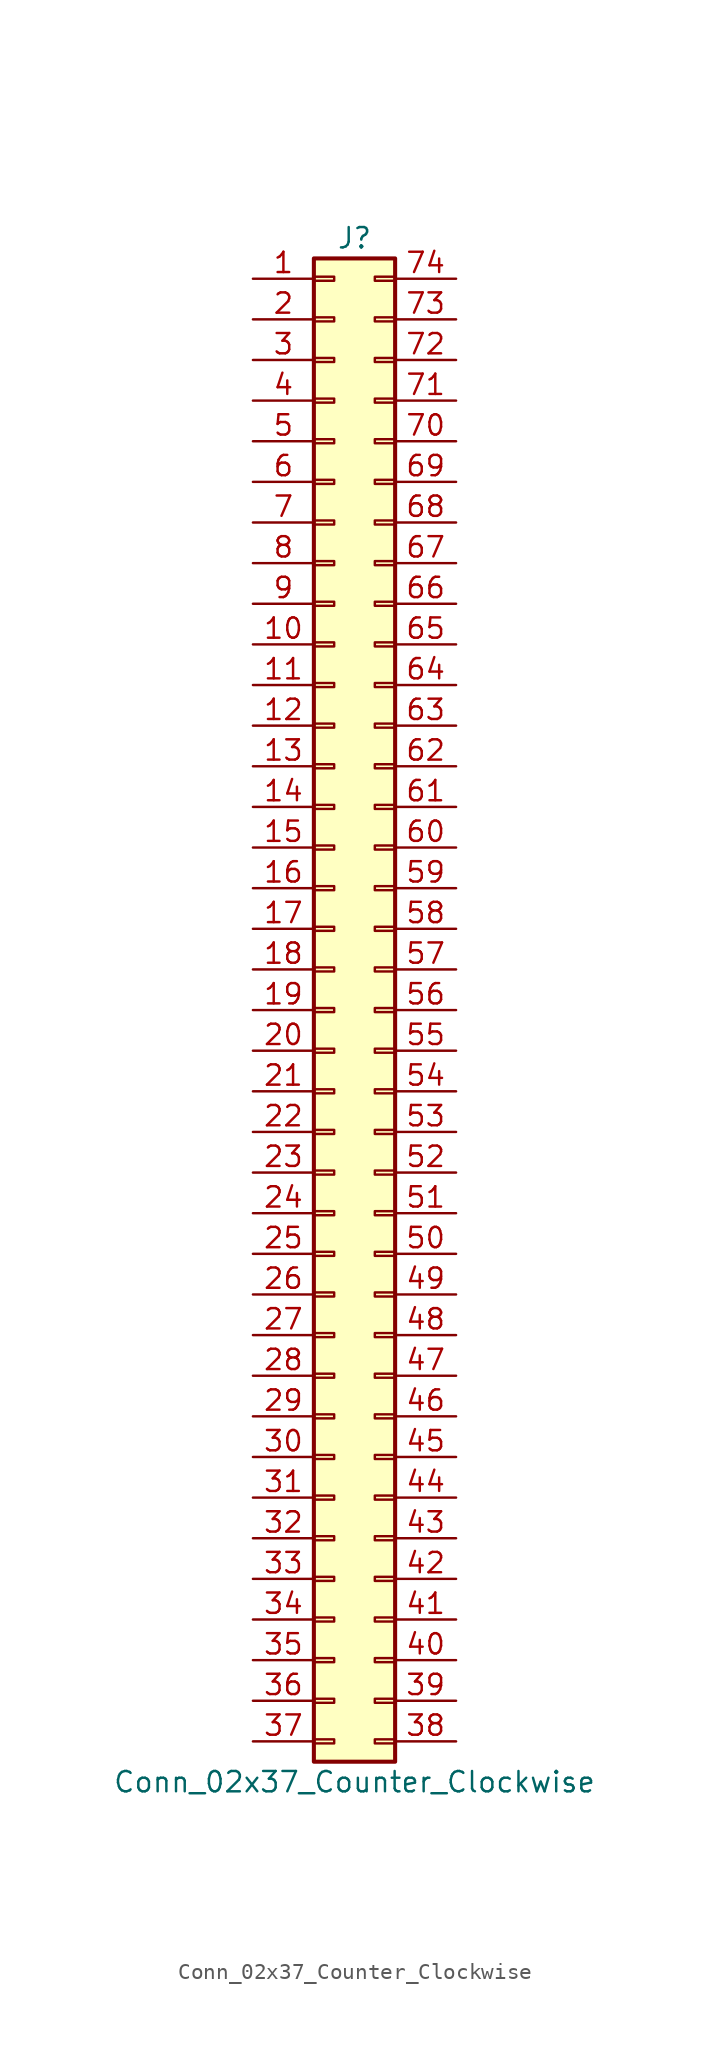
<source format=kicad_sym>
(kicad_symbol_lib
  (version 20201005)
  (generator kicad_symbol_editor)
  (symbol "Connector_Generic:Conn_02x37_Counter_Clockwise"
    (pin_names
      (offset 1.016) hide)
    (property "Reference" "J"
      (at 1.27 48.26 0)
      (effects (font (size 1.27 1.27))))
    (property "Value" "Conn_02x37_Counter_Clockwise"
      (at 1.27 -48.26 0)
      (effects (font (size 1.27 1.27))))
    (symbol "Conn_02x37_Counter_Clockwise_1_1"
      (rectangle (start -1.27 -27.813) (end 0 -28.067) (stroke (width 0.152)) (fill (type none)))
      (rectangle (start -1.27 -30.353) (end 0 -30.607) (stroke (width 0.152)) (fill (type none)))
      (rectangle (start -1.27 -32.893) (end 0 -33.147) (stroke (width 0.152)) (fill (type none)))
      (rectangle (start -1.27 -35.433) (end 0 -35.687) (stroke (width 0.152)) (fill (type none)))
      (rectangle (start -1.27 -37.973) (end 0 -38.227) (stroke (width 0.152)) (fill (type none)))
      (rectangle (start -1.27 -40.513) (end 0 -40.767) (stroke (width 0.152)) (fill (type none)))
      (rectangle (start -1.27 -43.053) (end 0 -43.307) (stroke (width 0.152)) (fill (type none)))
      (rectangle (start -1.27 -45.593) (end 0 -45.847) (stroke (width 0.152)) (fill (type none)))
      (rectangle (start -1.27 -4.953) (end 0 -5.207) (stroke (width 0.152)) (fill (type none)))
      (rectangle (start -1.27 -7.493) (end 0 -7.747) (stroke (width 0.152)) (fill (type none)))
      (rectangle (start -1.27 -10.033) (end 0 -10.287) (stroke (width 0.152)) (fill (type none)))
      (rectangle (start -1.27 -12.573) (end 0 -12.827) (stroke (width 0.152)) (fill (type none)))
      (rectangle (start -1.27 -15.113) (end 0 -15.367) (stroke (width 0.152)) (fill (type none)))
      (rectangle (start -1.27 -17.653) (end 0 -17.907) (stroke (width 0.152)) (fill (type none)))
      (rectangle (start -1.27 -20.193) (end 0 -20.447) (stroke (width 0.152)) (fill (type none)))
      (rectangle (start -1.27 -22.733) (end 0 -22.987) (stroke (width 0.152)) (fill (type none)))
      (rectangle (start -1.27 -2.413) (end 0 -2.667) (stroke (width 0.152)) (fill (type none)))
      (rectangle (start -1.27 -25.273) (end 0 -25.527) (stroke (width 0.152)) (fill (type none)))
      (rectangle (start -1.27 25.527) (end 0 25.273) (stroke (width 0.152)) (fill (type none)))
      (rectangle (start -1.27 2.667) (end 0 2.413) (stroke (width 0.152)) (fill (type none)))
      (rectangle (start -1.27 28.067) (end 0 27.813) (stroke (width 0.152)) (fill (type none)))
      (rectangle (start -1.27 30.607) (end 0 30.353) (stroke (width 0.152)) (fill (type none)))
      (rectangle (start -1.27 33.147) (end 0 32.893) (stroke (width 0.152)) (fill (type none)))
      (rectangle (start -1.27 35.687) (end 0 35.433) (stroke (width 0.152)) (fill (type none)))
      (rectangle (start -1.27 38.227) (end 0 37.973) (stroke (width 0.152)) (fill (type none)))
      (rectangle (start -1.27 40.767) (end 0 40.513) (stroke (width 0.152)) (fill (type none)))
      (rectangle (start -1.27 43.307) (end 0 43.053) (stroke (width 0.152)) (fill (type none)))
      (rectangle (start -1.27 45.847) (end 0 45.593) (stroke (width 0.152)) (fill (type none)))
      (rectangle (start -1.27 46.99) (end 3.81 -46.99) (stroke (width 0.254)) (fill (type background)))
      (rectangle (start -1.27 5.207) (end 0 4.953) (stroke (width 0.152)) (fill (type none)))
      (rectangle (start -1.27 7.747) (end 0 7.493) (stroke (width 0.152)) (fill (type none)))
      (rectangle (start -1.27 10.287) (end 0 10.033) (stroke (width 0.152)) (fill (type none)))
      (rectangle (start -1.27 0.127) (end 0 -0.127) (stroke (width 0.152)) (fill (type none)))
      (rectangle (start -1.27 12.827) (end 0 12.573) (stroke (width 0.152)) (fill (type none)))
      (rectangle (start -1.27 15.367) (end 0 15.113) (stroke (width 0.152)) (fill (type none)))
      (rectangle (start -1.27 17.907) (end 0 17.653) (stroke (width 0.152)) (fill (type none)))
      (rectangle (start -1.27 20.447) (end 0 20.193) (stroke (width 0.152)) (fill (type none)))
      (rectangle (start -1.27 22.987) (end 0 22.733) (stroke (width 0.152)) (fill (type none)))
      (rectangle (start 3.81 -27.813) (end 2.54 -28.067) (stroke (width 0.152)) (fill (type none)))
      (rectangle (start 3.81 -30.353) (end 2.54 -30.607) (stroke (width 0.152)) (fill (type none)))
      (rectangle (start 3.81 -32.893) (end 2.54 -33.147) (stroke (width 0.152)) (fill (type none)))
      (rectangle (start 3.81 -35.433) (end 2.54 -35.687) (stroke (width 0.152)) (fill (type none)))
      (rectangle (start 3.81 -37.973) (end 2.54 -38.227) (stroke (width 0.152)) (fill (type none)))
      (rectangle (start 3.81 -40.513) (end 2.54 -40.767) (stroke (width 0.152)) (fill (type none)))
      (rectangle (start 3.81 -43.053) (end 2.54 -43.307) (stroke (width 0.152)) (fill (type none)))
      (rectangle (start 3.81 -45.593) (end 2.54 -45.847) (stroke (width 0.152)) (fill (type none)))
      (rectangle (start 3.81 -4.953) (end 2.54 -5.207) (stroke (width 0.152)) (fill (type none)))
      (rectangle (start 3.81 -7.493) (end 2.54 -7.747) (stroke (width 0.152)) (fill (type none)))
      (rectangle (start 3.81 -10.033) (end 2.54 -10.287) (stroke (width 0.152)) (fill (type none)))
      (rectangle (start 3.81 -12.573) (end 2.54 -12.827) (stroke (width 0.152)) (fill (type none)))
      (rectangle (start 3.81 -15.113) (end 2.54 -15.367) (stroke (width 0.152)) (fill (type none)))
      (rectangle (start 3.81 -17.653) (end 2.54 -17.907) (stroke (width 0.152)) (fill (type none)))
      (rectangle (start 3.81 -20.193) (end 2.54 -20.447) (stroke (width 0.152)) (fill (type none)))
      (rectangle (start 3.81 -22.733) (end 2.54 -22.987) (stroke (width 0.152)) (fill (type none)))
      (rectangle (start 3.81 -2.413) (end 2.54 -2.667) (stroke (width 0.152)) (fill (type none)))
      (rectangle (start 3.81 -25.273) (end 2.54 -25.527) (stroke (width 0.152)) (fill (type none)))
      (rectangle (start 3.81 25.527) (end 2.54 25.273) (stroke (width 0.152)) (fill (type none)))
      (rectangle (start 3.81 2.667) (end 2.54 2.413) (stroke (width 0.152)) (fill (type none)))
      (rectangle (start 3.81 28.067) (end 2.54 27.813) (stroke (width 0.152)) (fill (type none)))
      (rectangle (start 3.81 30.607) (end 2.54 30.353) (stroke (width 0.152)) (fill (type none)))
      (rectangle (start 3.81 33.147) (end 2.54 32.893) (stroke (width 0.152)) (fill (type none)))
      (rectangle (start 3.81 35.687) (end 2.54 35.433) (stroke (width 0.152)) (fill (type none)))
      (rectangle (start 3.81 38.227) (end 2.54 37.973) (stroke (width 0.152)) (fill (type none)))
      (rectangle (start 3.81 40.767) (end 2.54 40.513) (stroke (width 0.152)) (fill (type none)))
      (rectangle (start 3.81 43.307) (end 2.54 43.053) (stroke (width 0.152)) (fill (type none)))
      (rectangle (start 3.81 45.847) (end 2.54 45.593) (stroke (width 0.152)) (fill (type none)))
      (rectangle (start 3.81 5.207) (end 2.54 4.953) (stroke (width 0.152)) (fill (type none)))
      (rectangle (start 3.81 7.747) (end 2.54 7.493) (stroke (width 0.152)) (fill (type none)))
      (rectangle (start 3.81 10.287) (end 2.54 10.033) (stroke (width 0.152)) (fill (type none)))
      (rectangle (start 3.81 0.127) (end 2.54 -0.127) (stroke (width 0.152)) (fill (type none)))
      (rectangle (start 3.81 12.827) (end 2.54 12.573) (stroke (width 0.152)) (fill (type none)))
      (rectangle (start 3.81 15.367) (end 2.54 15.113) (stroke (width 0.152)) (fill (type none)))
      (rectangle (start 3.81 17.907) (end 2.54 17.653) (stroke (width 0.152)) (fill (type none)))
      (rectangle (start 3.81 20.447) (end 2.54 20.193) (stroke (width 0.152)) (fill (type none)))
      (rectangle (start 3.81 22.987) (end 2.54 22.733) (stroke (width 0.152)) (fill (type none)))
      (pin passive line (at -5.08 45.72 0) (length 3.81) (name "Pin_1" (effects (font (size 1.27 1.27)))) (number "1" (effects (font (size 1.27 1.27)))))
      (pin passive line (at -5.08 22.86 0) (length 3.81) (name "Pin_10" (effects (font (size 1.27 1.27)))) (number "10" (effects (font (size 1.27 1.27)))))
      (pin passive line (at -5.08 20.32 0) (length 3.81) (name "Pin_11" (effects (font (size 1.27 1.27)))) (number "11" (effects (font (size 1.27 1.27)))))
      (pin passive line (at -5.08 17.78 0) (length 3.81) (name "Pin_12" (effects (font (size 1.27 1.27)))) (number "12" (effects (font (size 1.27 1.27)))))
      (pin passive line (at -5.08 15.24 0) (length 3.81) (name "Pin_13" (effects (font (size 1.27 1.27)))) (number "13" (effects (font (size 1.27 1.27)))))
      (pin passive line (at -5.08 12.7 0) (length 3.81) (name "Pin_14" (effects (font (size 1.27 1.27)))) (number "14" (effects (font (size 1.27 1.27)))))
      (pin passive line (at -5.08 10.16 0) (length 3.81) (name "Pin_15" (effects (font (size 1.27 1.27)))) (number "15" (effects (font (size 1.27 1.27)))))
      (pin passive line (at -5.08 7.62 0) (length 3.81) (name "Pin_16" (effects (font (size 1.27 1.27)))) (number "16" (effects (font (size 1.27 1.27)))))
      (pin passive line (at -5.08 5.08 0) (length 3.81) (name "Pin_17" (effects (font (size 1.27 1.27)))) (number "17" (effects (font (size 1.27 1.27)))))
      (pin passive line (at -5.08 2.54 0) (length 3.81) (name "Pin_18" (effects (font (size 1.27 1.27)))) (number "18" (effects (font (size 1.27 1.27)))))
      (pin passive line (at -5.08 0 0) (length 3.81) (name "Pin_19" (effects (font (size 1.27 1.27)))) (number "19" (effects (font (size 1.27 1.27)))))
      (pin passive line (at -5.08 43.18 0) (length 3.81) (name "Pin_2" (effects (font (size 1.27 1.27)))) (number "2" (effects (font (size 1.27 1.27)))))
      (pin passive line (at -5.08 -2.54 0) (length 3.81) (name "Pin_20" (effects (font (size 1.27 1.27)))) (number "20" (effects (font (size 1.27 1.27)))))
      (pin passive line (at -5.08 -5.08 0) (length 3.81) (name "Pin_21" (effects (font (size 1.27 1.27)))) (number "21" (effects (font (size 1.27 1.27)))))
      (pin passive line (at -5.08 -7.62 0) (length 3.81) (name "Pin_22" (effects (font (size 1.27 1.27)))) (number "22" (effects (font (size 1.27 1.27)))))
      (pin passive line (at -5.08 -10.16 0) (length 3.81) (name "Pin_23" (effects (font (size 1.27 1.27)))) (number "23" (effects (font (size 1.27 1.27)))))
      (pin passive line (at -5.08 -12.7 0) (length 3.81) (name "Pin_24" (effects (font (size 1.27 1.27)))) (number "24" (effects (font (size 1.27 1.27)))))
      (pin passive line (at -5.08 -15.24 0) (length 3.81) (name "Pin_25" (effects (font (size 1.27 1.27)))) (number "25" (effects (font (size 1.27 1.27)))))
      (pin passive line (at -5.08 -17.78 0) (length 3.81) (name "Pin_26" (effects (font (size 1.27 1.27)))) (number "26" (effects (font (size 1.27 1.27)))))
      (pin passive line (at -5.08 -20.32 0) (length 3.81) (name "Pin_27" (effects (font (size 1.27 1.27)))) (number "27" (effects (font (size 1.27 1.27)))))
      (pin passive line (at -5.08 -22.86 0) (length 3.81) (name "Pin_28" (effects (font (size 1.27 1.27)))) (number "28" (effects (font (size 1.27 1.27)))))
      (pin passive line (at -5.08 -25.4 0) (length 3.81) (name "Pin_29" (effects (font (size 1.27 1.27)))) (number "29" (effects (font (size 1.27 1.27)))))
      (pin passive line (at -5.08 40.64 0) (length 3.81) (name "Pin_3" (effects (font (size 1.27 1.27)))) (number "3" (effects (font (size 1.27 1.27)))))
      (pin passive line (at -5.08 -27.94 0) (length 3.81) (name "Pin_30" (effects (font (size 1.27 1.27)))) (number "30" (effects (font (size 1.27 1.27)))))
      (pin passive line (at -5.08 -30.48 0) (length 3.81) (name "Pin_31" (effects (font (size 1.27 1.27)))) (number "31" (effects (font (size 1.27 1.27)))))
      (pin passive line (at -5.08 -33.02 0) (length 3.81) (name "Pin_32" (effects (font (size 1.27 1.27)))) (number "32" (effects (font (size 1.27 1.27)))))
      (pin passive line (at -5.08 -35.56 0) (length 3.81) (name "Pin_33" (effects (font (size 1.27 1.27)))) (number "33" (effects (font (size 1.27 1.27)))))
      (pin passive line (at -5.08 -38.1 0) (length 3.81) (name "Pin_34" (effects (font (size 1.27 1.27)))) (number "34" (effects (font (size 1.27 1.27)))))
      (pin passive line (at -5.08 -40.64 0) (length 3.81) (name "Pin_35" (effects (font (size 1.27 1.27)))) (number "35" (effects (font (size 1.27 1.27)))))
      (pin passive line (at -5.08 -43.18 0) (length 3.81) (name "Pin_36" (effects (font (size 1.27 1.27)))) (number "36" (effects (font (size 1.27 1.27)))))
      (pin passive line (at -5.08 -45.72 0) (length 3.81) (name "Pin_37" (effects (font (size 1.27 1.27)))) (number "37" (effects (font (size 1.27 1.27)))))
      (pin passive line (at 7.62 -45.72 180) (length 3.81) (name "Pin_38" (effects (font (size 1.27 1.27)))) (number "38" (effects (font (size 1.27 1.27)))))
      (pin passive line (at 7.62 -43.18 180) (length 3.81) (name "Pin_39" (effects (font (size 1.27 1.27)))) (number "39" (effects (font (size 1.27 1.27)))))
      (pin passive line (at -5.08 38.1 0) (length 3.81) (name "Pin_4" (effects (font (size 1.27 1.27)))) (number "4" (effects (font (size 1.27 1.27)))))
      (pin passive line (at 7.62 -40.64 180) (length 3.81) (name "Pin_40" (effects (font (size 1.27 1.27)))) (number "40" (effects (font (size 1.27 1.27)))))
      (pin passive line (at 7.62 -38.1 180) (length 3.81) (name "Pin_41" (effects (font (size 1.27 1.27)))) (number "41" (effects (font (size 1.27 1.27)))))
      (pin passive line (at 7.62 -35.56 180) (length 3.81) (name "Pin_42" (effects (font (size 1.27 1.27)))) (number "42" (effects (font (size 1.27 1.27)))))
      (pin passive line (at 7.62 -33.02 180) (length 3.81) (name "Pin_43" (effects (font (size 1.27 1.27)))) (number "43" (effects (font (size 1.27 1.27)))))
      (pin passive line (at 7.62 -30.48 180) (length 3.81) (name "Pin_44" (effects (font (size 1.27 1.27)))) (number "44" (effects (font (size 1.27 1.27)))))
      (pin passive line (at 7.62 -27.94 180) (length 3.81) (name "Pin_45" (effects (font (size 1.27 1.27)))) (number "45" (effects (font (size 1.27 1.27)))))
      (pin passive line (at 7.62 -25.4 180) (length 3.81) (name "Pin_46" (effects (font (size 1.27 1.27)))) (number "46" (effects (font (size 1.27 1.27)))))
      (pin passive line (at 7.62 -22.86 180) (length 3.81) (name "Pin_47" (effects (font (size 1.27 1.27)))) (number "47" (effects (font (size 1.27 1.27)))))
      (pin passive line (at 7.62 -20.32 180) (length 3.81) (name "Pin_48" (effects (font (size 1.27 1.27)))) (number "48" (effects (font (size 1.27 1.27)))))
      (pin passive line (at 7.62 -17.78 180) (length 3.81) (name "Pin_49" (effects (font (size 1.27 1.27)))) (number "49" (effects (font (size 1.27 1.27)))))
      (pin passive line (at -5.08 35.56 0) (length 3.81) (name "Pin_5" (effects (font (size 1.27 1.27)))) (number "5" (effects (font (size 1.27 1.27)))))
      (pin passive line (at 7.62 -15.24 180) (length 3.81) (name "Pin_50" (effects (font (size 1.27 1.27)))) (number "50" (effects (font (size 1.27 1.27)))))
      (pin passive line (at 7.62 -12.7 180) (length 3.81) (name "Pin_51" (effects (font (size 1.27 1.27)))) (number "51" (effects (font (size 1.27 1.27)))))
      (pin passive line (at 7.62 -10.16 180) (length 3.81) (name "Pin_52" (effects (font (size 1.27 1.27)))) (number "52" (effects (font (size 1.27 1.27)))))
      (pin passive line (at 7.62 -7.62 180) (length 3.81) (name "Pin_53" (effects (font (size 1.27 1.27)))) (number "53" (effects (font (size 1.27 1.27)))))
      (pin passive line (at 7.62 -5.08 180) (length 3.81) (name "Pin_54" (effects (font (size 1.27 1.27)))) (number "54" (effects (font (size 1.27 1.27)))))
      (pin passive line (at 7.62 -2.54 180) (length 3.81) (name "Pin_55" (effects (font (size 1.27 1.27)))) (number "55" (effects (font (size 1.27 1.27)))))
      (pin passive line (at 7.62 0 180) (length 3.81) (name "Pin_56" (effects (font (size 1.27 1.27)))) (number "56" (effects (font (size 1.27 1.27)))))
      (pin passive line (at 7.62 2.54 180) (length 3.81) (name "Pin_57" (effects (font (size 1.27 1.27)))) (number "57" (effects (font (size 1.27 1.27)))))
      (pin passive line (at 7.62 5.08 180) (length 3.81) (name "Pin_58" (effects (font (size 1.27 1.27)))) (number "58" (effects (font (size 1.27 1.27)))))
      (pin passive line (at 7.62 7.62 180) (length 3.81) (name "Pin_59" (effects (font (size 1.27 1.27)))) (number "59" (effects (font (size 1.27 1.27)))))
      (pin passive line (at -5.08 33.02 0) (length 3.81) (name "Pin_6" (effects (font (size 1.27 1.27)))) (number "6" (effects (font (size 1.27 1.27)))))
      (pin passive line (at 7.62 10.16 180) (length 3.81) (name "Pin_60" (effects (font (size 1.27 1.27)))) (number "60" (effects (font (size 1.27 1.27)))))
      (pin passive line (at 7.62 12.7 180) (length 3.81) (name "Pin_61" (effects (font (size 1.27 1.27)))) (number "61" (effects (font (size 1.27 1.27)))))
      (pin passive line (at 7.62 15.24 180) (length 3.81) (name "Pin_62" (effects (font (size 1.27 1.27)))) (number "62" (effects (font (size 1.27 1.27)))))
      (pin passive line (at 7.62 17.78 180) (length 3.81) (name "Pin_63" (effects (font (size 1.27 1.27)))) (number "63" (effects (font (size 1.27 1.27)))))
      (pin passive line (at 7.62 20.32 180) (length 3.81) (name "Pin_64" (effects (font (size 1.27 1.27)))) (number "64" (effects (font (size 1.27 1.27)))))
      (pin passive line (at 7.62 22.86 180) (length 3.81) (name "Pin_65" (effects (font (size 1.27 1.27)))) (number "65" (effects (font (size 1.27 1.27)))))
      (pin passive line (at 7.62 25.4 180) (length 3.81) (name "Pin_66" (effects (font (size 1.27 1.27)))) (number "66" (effects (font (size 1.27 1.27)))))
      (pin passive line (at 7.62 27.94 180) (length 3.81) (name "Pin_67" (effects (font (size 1.27 1.27)))) (number "67" (effects (font (size 1.27 1.27)))))
      (pin passive line (at 7.62 30.48 180) (length 3.81) (name "Pin_68" (effects (font (size 1.27 1.27)))) (number "68" (effects (font (size 1.27 1.27)))))
      (pin passive line (at 7.62 33.02 180) (length 3.81) (name "Pin_69" (effects (font (size 1.27 1.27)))) (number "69" (effects (font (size 1.27 1.27)))))
      (pin passive line (at -5.08 30.48 0) (length 3.81) (name "Pin_7" (effects (font (size 1.27 1.27)))) (number "7" (effects (font (size 1.27 1.27)))))
      (pin passive line (at 7.62 35.56 180) (length 3.81) (name "Pin_70" (effects (font (size 1.27 1.27)))) (number "70" (effects (font (size 1.27 1.27)))))
      (pin passive line (at 7.62 38.1 180) (length 3.81) (name "Pin_71" (effects (font (size 1.27 1.27)))) (number "71" (effects (font (size 1.27 1.27)))))
      (pin passive line (at 7.62 40.64 180) (length 3.81) (name "Pin_72" (effects (font (size 1.27 1.27)))) (number "72" (effects (font (size 1.27 1.27)))))
      (pin passive line (at 7.62 43.18 180) (length 3.81) (name "Pin_73" (effects (font (size 1.27 1.27)))) (number "73" (effects (font (size 1.27 1.27)))))
      (pin passive line (at 7.62 45.72 180) (length 3.81) (name "Pin_74" (effects (font (size 1.27 1.27)))) (number "74" (effects (font (size 1.27 1.27)))))
      (pin passive line (at -5.08 27.94 0) (length 3.81) (name "Pin_8" (effects (font (size 1.27 1.27)))) (number "8" (effects (font (size 1.27 1.27)))))
      (pin passive line (at -5.08 25.4 0) (length 3.81) (name "Pin_9" (effects (font (size 1.27 1.27)))) (number "9" (effects (font (size 1.27 1.27))))))))
</source>
